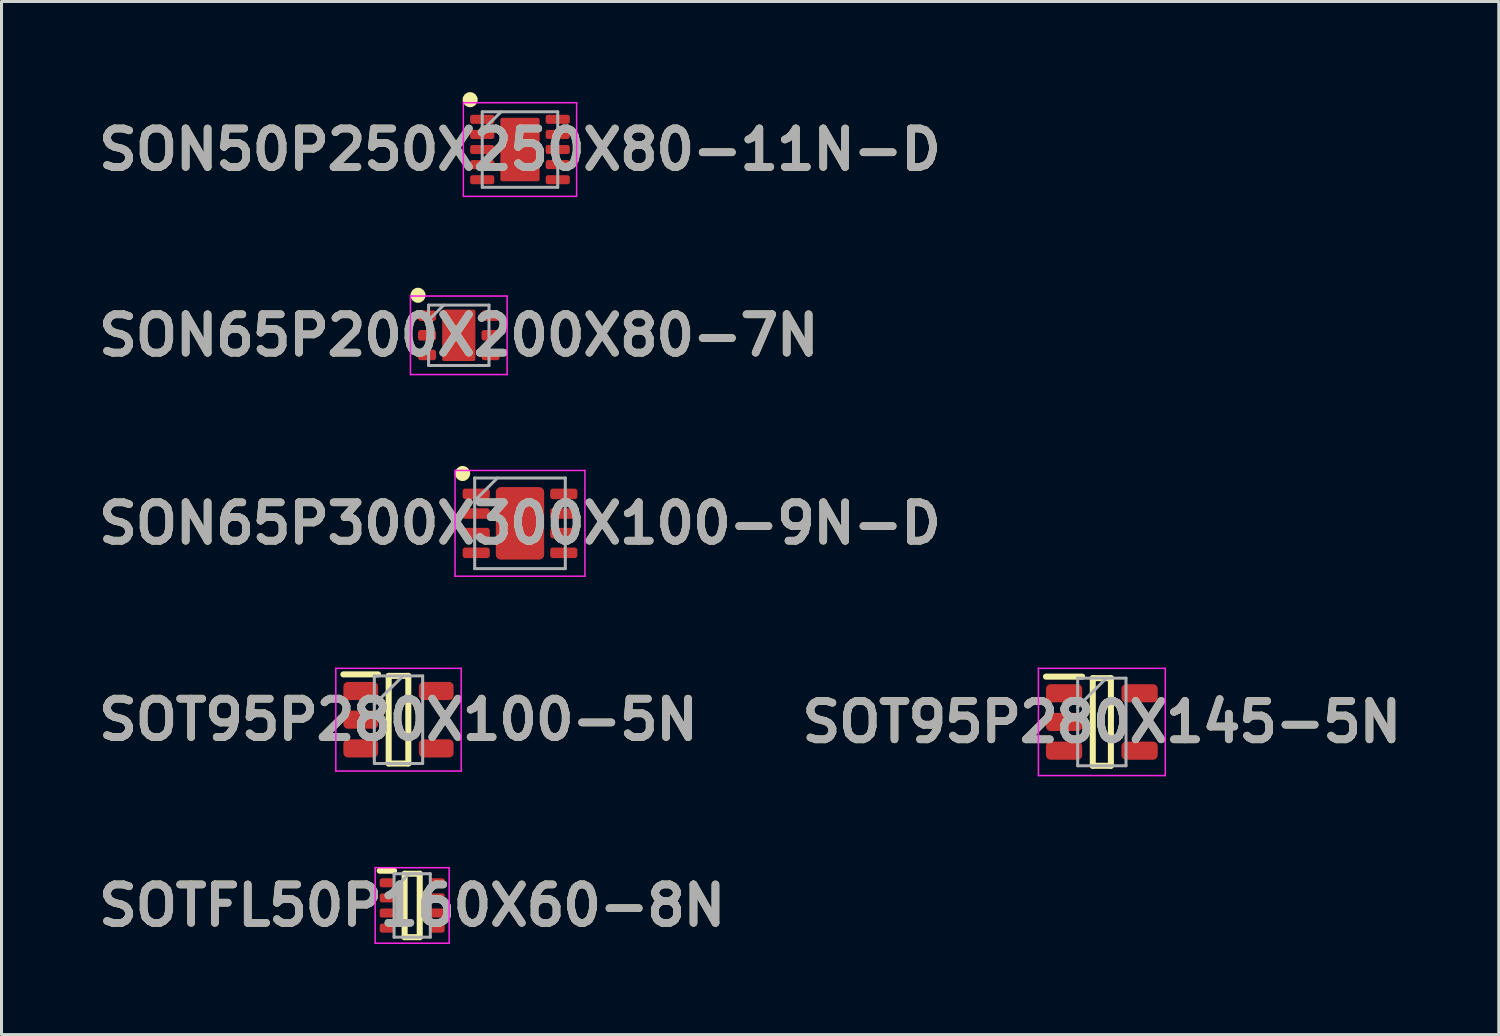
<source format=kicad_pcb>
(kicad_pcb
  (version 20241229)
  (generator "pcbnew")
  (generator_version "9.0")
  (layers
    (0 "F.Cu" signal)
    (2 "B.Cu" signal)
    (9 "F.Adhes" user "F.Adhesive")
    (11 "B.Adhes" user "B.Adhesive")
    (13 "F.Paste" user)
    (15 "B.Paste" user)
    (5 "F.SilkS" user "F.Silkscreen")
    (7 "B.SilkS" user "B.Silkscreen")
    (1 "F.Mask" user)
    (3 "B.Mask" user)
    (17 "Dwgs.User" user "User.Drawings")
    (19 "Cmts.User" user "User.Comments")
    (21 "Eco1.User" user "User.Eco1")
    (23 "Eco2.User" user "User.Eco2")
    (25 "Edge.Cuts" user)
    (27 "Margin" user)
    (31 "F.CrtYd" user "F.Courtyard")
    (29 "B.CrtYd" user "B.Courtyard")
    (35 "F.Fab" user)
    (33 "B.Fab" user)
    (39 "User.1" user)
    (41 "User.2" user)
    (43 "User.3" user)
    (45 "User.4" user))
  (footprint "SOT95P280X145-5N"
    (layer "F.Cu")
    (at 33.426 20.85)
    (property "Reference" "SOT95P280X145-5N" (at 0 0 0) (layer "F.SilkS") (effects (font (size 1.27 1.27) (thickness 0.254))))
    (attr smd)
    (fp_line (start -1.85 -1.5) (end -0.65 -1.5) (stroke (width 0.2) (type solid)) (layer "F.SilkS"))
    (fp_line (start -0.3 -1.45) (end 0.3 -1.45) (stroke (width 0.2) (type solid)) (layer "F.SilkS"))
    (fp_line (start -0.3 1.45) (end -0.3 -1.45) (stroke (width 0.2) (type solid)) (layer "F.SilkS"))
    (fp_line (start 0.3 -1.45) (end 0.3 1.45) (stroke (width 0.2) (type solid)) (layer "F.SilkS"))
    (fp_line (start 0.3 1.45) (end -0.3 1.45) (stroke (width 0.2) (type solid)) (layer "F.SilkS"))
    (fp_line (start -2.1 -1.775) (end 2.1 -1.775) (stroke (width 0.05) (type solid)) (layer "F.CrtYd"))
    (fp_line (start -2.1 1.775) (end -2.1 -1.775) (stroke (width 0.05) (type solid)) (layer "F.CrtYd"))
    (fp_line (start 2.1 -1.775) (end 2.1 1.775) (stroke (width 0.05) (type solid)) (layer "F.CrtYd"))
    (fp_line (start 2.1 1.775) (end -2.1 1.775) (stroke (width 0.05) (type solid)) (layer "F.CrtYd"))
    (fp_line (start -0.8 -1.45) (end 0.8 -1.45) (stroke (width 0.1) (type solid)) (layer "F.Fab"))
    (fp_line (start -0.8 -0.5) (end 0.15 -1.45) (stroke (width 0.1) (type solid)) (layer "F.Fab"))
    (fp_line (start -0.8 1.45) (end -0.8 -1.45) (stroke (width 0.1) (type solid)) (layer "F.Fab"))
    (fp_line (start 0.8 -1.45) (end 0.8 1.45) (stroke (width 0.1) (type solid)) (layer "F.Fab"))
    (fp_line (start 0.8 1.45) (end -0.8 1.45) (stroke (width 0.1) (type solid)) (layer "F.Fab"))
    (fp_text user "${REFERENCE}" (at 0 0 0) (layer "F.Fab") (effects (font (size 1.27 1.27) (thickness 0.254))))
    (pad "1" smd roundrect (at -1.25 -0.95 90) (size 0.6 1.2) (layers "F.Cu" "F.Mask" "F.Paste") (roundrect_rratio 0.25))
    (pad "2" smd roundrect (at -1.25 0 90) (size 0.6 1.2) (layers "F.Cu" "F.Mask" "F.Paste") (roundrect_rratio 0.25))
    (pad "3" smd roundrect (at -1.25 0.95 90) (size 0.6 1.2) (layers "F.Cu" "F.Mask" "F.Paste") (roundrect_rratio 0.25))
    (pad "4" smd roundrect (at 1.25 0.95 90) (size 0.6 1.2) (layers "F.Cu" "F.Mask" "F.Paste") (roundrect_rratio 0.25))
    (pad "5" smd roundrect (at 1.25 -0.95 90) (size 0.6 1.2) (layers "F.Cu" "F.Mask" "F.Paste") (roundrect_rratio 0.25)))
  (footprint "SOT95P280X100-5N"
    (layer "F.Cu")
    (at 10.142 20.775)
    (property "Reference" "SOT95P280X100-5N" (at 0 0 0) (layer "F.SilkS") (effects (font (size 1.27 1.27) (thickness 0.254))))
    (attr smd)
    (fp_line (start -1.825 -1.5) (end -0.675 -1.5) (stroke (width 0.2) (type solid)) (layer "F.SilkS"))
    (fp_line (start -0.325 -1.45) (end 0.325 -1.45) (stroke (width 0.2) (type solid)) (layer "F.SilkS"))
    (fp_line (start -0.325 1.45) (end -0.325 -1.45) (stroke (width 0.2) (type solid)) (layer "F.SilkS"))
    (fp_line (start 0.325 -1.45) (end 0.325 1.45) (stroke (width 0.2) (type solid)) (layer "F.SilkS"))
    (fp_line (start 0.325 1.45) (end -0.325 1.45) (stroke (width 0.2) (type solid)) (layer "F.SilkS"))
    (fp_line (start -2.075 -1.7) (end 2.075 -1.7) (stroke (width 0.05) (type solid)) (layer "F.CrtYd"))
    (fp_line (start -2.075 1.7) (end -2.075 -1.7) (stroke (width 0.05) (type solid)) (layer "F.CrtYd"))
    (fp_line (start 2.075 -1.7) (end 2.075 1.7) (stroke (width 0.05) (type solid)) (layer "F.CrtYd"))
    (fp_line (start 2.075 1.7) (end -2.075 1.7) (stroke (width 0.05) (type solid)) (layer "F.CrtYd"))
    (fp_line (start -0.8 -1.45) (end 0.8 -1.45) (stroke (width 0.1) (type solid)) (layer "F.Fab"))
    (fp_line (start -0.8 -0.5) (end 0.15 -1.45) (stroke (width 0.1) (type solid)) (layer "F.Fab"))
    (fp_line (start -0.8 1.45) (end -0.8 -1.45) (stroke (width 0.1) (type solid)) (layer "F.Fab"))
    (fp_line (start 0.8 -1.45) (end 0.8 1.45) (stroke (width 0.1) (type solid)) (layer "F.Fab"))
    (fp_line (start 0.8 1.45) (end -0.8 1.45) (stroke (width 0.1) (type solid)) (layer "F.Fab"))
    (fp_text user "${REFERENCE}" (at 0 0 0) (layer "F.Fab") (effects (font (size 1.27 1.27) (thickness 0.254))))
    (pad "1" smd roundrect (at -1.25 -0.95 90) (size 0.6 1.15) (layers "F.Cu" "F.Mask" "F.Paste") (roundrect_rratio 0.25))
    (pad "2" smd roundrect (at -1.25 0 90) (size 0.6 1.15) (layers "F.Cu" "F.Mask" "F.Paste") (roundrect_rratio 0.25))
    (pad "3" smd roundrect (at -1.25 0.95 90) (size 0.6 1.15) (layers "F.Cu" "F.Mask" "F.Paste") (roundrect_rratio 0.25))
    (pad "4" smd roundrect (at 1.25 0.95 90) (size 0.6 1.15) (layers "F.Cu" "F.Mask" "F.Paste") (roundrect_rratio 0.25))
    (pad "5" smd roundrect (at 1.25 -0.95 90) (size 0.6 1.15) (layers "F.Cu" "F.Mask" "F.Paste") (roundrect_rratio 0.25)))
  (footprint "SON65P300X300X100-9N-D"
    (layer "F.Cu")
    (at 14.164 14.275)
    (property "Reference" "SON65P300X300X100-9N-D" (at 0 0 0) (layer "F.SilkS") (effects (font (size 1.27 1.27) (thickness 0.254))))
    (attr smd)
    (fp_circle (center -1.9 -1.65) (end -1.9 -1.525) (stroke (width 0.25) (type solid)) (fill no) (layer "F.SilkS"))
    (fp_line (start -2.15 -1.75) (end 2.15 -1.75) (stroke (width 0.05) (type solid)) (layer "F.CrtYd"))
    (fp_line (start -2.15 1.75) (end -2.15 -1.75) (stroke (width 0.05) (type solid)) (layer "F.CrtYd"))
    (fp_line (start 2.15 -1.75) (end 2.15 1.75) (stroke (width 0.05) (type solid)) (layer "F.CrtYd"))
    (fp_line (start 2.15 1.75) (end -2.15 1.75) (stroke (width 0.05) (type solid)) (layer "F.CrtYd"))
    (fp_line (start -1.5 -1.5) (end 1.5 -1.5) (stroke (width 0.1) (type solid)) (layer "F.Fab"))
    (fp_line (start -1.5 -0.75) (end -0.75 -1.5) (stroke (width 0.1) (type solid)) (layer "F.Fab"))
    (fp_line (start -1.5 1.5) (end -1.5 -1.5) (stroke (width 0.1) (type solid)) (layer "F.Fab"))
    (fp_line (start 1.5 -1.5) (end 1.5 1.5) (stroke (width 0.1) (type solid)) (layer "F.Fab"))
    (fp_line (start 1.5 1.5) (end -1.5 1.5) (stroke (width 0.1) (type solid)) (layer "F.Fab"))
    (fp_text user "${REFERENCE}" (at 0 0 0) (layer "F.Fab") (effects (font (size 1.27 1.27) (thickness 0.254))))
    (pad "1" smd roundrect (at -1.45 -0.975 90) (size 0.35 0.9) (layers "F.Cu" "F.Mask" "F.Paste") (roundrect_rratio 0.25))
    (pad "2" smd roundrect (at -1.45 -0.325 90) (size 0.35 0.9) (layers "F.Cu" "F.Mask" "F.Paste") (roundrect_rratio 0.25))
    (pad "3" smd roundrect (at -1.45 0.325 90) (size 0.35 0.9) (layers "F.Cu" "F.Mask" "F.Paste") (roundrect_rratio 0.25))
    (pad "4" smd roundrect (at -1.45 0.975 90) (size 0.35 0.9) (layers "F.Cu" "F.Mask" "F.Paste") (roundrect_rratio 0.25))
    (pad "5" smd roundrect (at 1.45 0.975 90) (size 0.35 0.9) (layers "F.Cu" "F.Mask" "F.Paste") (roundrect_rratio 0.25))
    (pad "6" smd roundrect (at 1.45 0.325 90) (size 0.35 0.9) (layers "F.Cu" "F.Mask" "F.Paste") (roundrect_rratio 0.25))
    (pad "7" smd roundrect (at 1.45 -0.325 90) (size 0.35 0.9) (layers "F.Cu" "F.Mask" "F.Paste") (roundrect_rratio 0.25))
    (pad "8" smd roundrect (at 1.45 -0.975 90) (size 0.35 0.9) (layers "F.Cu" "F.Mask" "F.Paste") (roundrect_rratio 0.25))
    (pad "9" smd roundrect (at 0 0) (size 1.6 2.4) (layers "F.Cu" "F.Mask" "F.Paste") (roundrect_rratio 0.1)))
  (footprint "SOTFL50P160X60-8N"
    (layer "F.Cu")
    (at 10.595 26.925)
    (property "Reference" "SOTFL50P160X60-8N" (at 0 0 0) (layer "F.SilkS") (effects (font (size 1.27 1.27) (thickness 0.254))))
    (attr smd)
    (fp_line (start -1.075 -1.15) (end -0.6 -1.15) (stroke (width 0.2) (type solid)) (layer "F.SilkS"))
    (fp_line (start -0.25 -1.05) (end 0.25 -1.05) (stroke (width 0.2) (type solid)) (layer "F.SilkS"))
    (fp_line (start -0.25 1.05) (end -0.25 -1.05) (stroke (width 0.2) (type solid)) (layer "F.SilkS"))
    (fp_line (start 0.25 -1.05) (end 0.25 1.05) (stroke (width 0.2) (type solid)) (layer "F.SilkS"))
    (fp_line (start 0.25 1.05) (end -0.25 1.05) (stroke (width 0.2) (type solid)) (layer "F.SilkS"))
    (fp_line (start -1.225 -1.25) (end 1.225 -1.25) (stroke (width 0.05) (type solid)) (layer "F.CrtYd"))
    (fp_line (start -1.225 1.25) (end -1.225 -1.25) (stroke (width 0.05) (type solid)) (layer "F.CrtYd"))
    (fp_line (start 1.225 -1.25) (end 1.225 1.25) (stroke (width 0.05) (type solid)) (layer "F.CrtYd"))
    (fp_line (start 1.225 1.25) (end -1.225 1.25) (stroke (width 0.05) (type solid)) (layer "F.CrtYd"))
    (fp_line (start -0.6 -1.05) (end 0.6 -1.05) (stroke (width 0.1) (type solid)) (layer "F.Fab"))
    (fp_line (start -0.6 -0.55) (end -0.1 -1.05) (stroke (width 0.1) (type solid)) (layer "F.Fab"))
    (fp_line (start -0.6 1.05) (end -0.6 -1.05) (stroke (width 0.1) (type solid)) (layer "F.Fab"))
    (fp_line (start 0.6 -1.05) (end 0.6 1.05) (stroke (width 0.1) (type solid)) (layer "F.Fab"))
    (fp_line (start 0.6 1.05) (end -0.6 1.05) (stroke (width 0.1) (type solid)) (layer "F.Fab"))
    (fp_text user "${REFERENCE}" (at 0 0 0) (layer "F.Fab") (effects (font (size 1.27 1.27) (thickness 0.254))))
    (pad "1" smd roundrect (at -0.838 -0.75 90) (size 0.3 0.475) (layers "F.Cu" "F.Mask" "F.Paste") (roundrect_rratio 0.25))
    (pad "2" smd roundrect (at -0.838 -0.25 90) (size 0.3 0.475) (layers "F.Cu" "F.Mask" "F.Paste") (roundrect_rratio 0.25))
    (pad "3" smd roundrect (at -0.838 0.25 90) (size 0.3 0.475) (layers "F.Cu" "F.Mask" "F.Paste") (roundrect_rratio 0.25))
    (pad "4" smd roundrect (at -0.838 0.75 90) (size 0.3 0.475) (layers "F.Cu" "F.Mask" "F.Paste") (roundrect_rratio 0.25))
    (pad "5" smd roundrect (at 0.838 0.75 90) (size 0.3 0.475) (layers "F.Cu" "F.Mask" "F.Paste") (roundrect_rratio 0.25))
    (pad "6" smd roundrect (at 0.838 0.25 90) (size 0.3 0.475) (layers "F.Cu" "F.Mask" "F.Paste") (roundrect_rratio 0.25))
    (pad "7" smd roundrect (at 0.838 -0.25 90) (size 0.3 0.475) (layers "F.Cu" "F.Mask" "F.Paste") (roundrect_rratio 0.25))
    (pad "8" smd roundrect (at 0.838 -0.75 90) (size 0.3 0.475) (layers "F.Cu" "F.Mask" "F.Paste") (roundrect_rratio 0.25)))
  (footprint "SON65P200X200X80-7N"
    (layer "F.Cu")
    (at 12.138 8.05)
    (property "Reference" "SON65P200X200X80-7N" (at 0 0 0) (layer "F.SilkS") (effects (font (size 1.27 1.27) (thickness 0.254))))
    (attr smd)
    (fp_circle (center -1.35 -1.325) (end -1.35 -1.2) (stroke (width 0.25) (type solid)) (fill no) (layer "F.SilkS"))
    (fp_line (start -1.6 -1.3) (end 1.6 -1.3) (stroke (width 0.05) (type solid)) (layer "F.CrtYd"))
    (fp_line (start -1.6 1.3) (end -1.6 -1.3) (stroke (width 0.05) (type solid)) (layer "F.CrtYd"))
    (fp_line (start 1.6 -1.3) (end 1.6 1.3) (stroke (width 0.05) (type solid)) (layer "F.CrtYd"))
    (fp_line (start 1.6 1.3) (end -1.6 1.3) (stroke (width 0.05) (type solid)) (layer "F.CrtYd"))
    (fp_line (start -1 -1) (end 1 -1) (stroke (width 0.1) (type solid)) (layer "F.Fab"))
    (fp_line (start -1 -0.5) (end -0.5 -1) (stroke (width 0.1) (type solid)) (layer "F.Fab"))
    (fp_line (start -1 1) (end -1 -1) (stroke (width 0.1) (type solid)) (layer "F.Fab"))
    (fp_line (start 1 -1) (end 1 1) (stroke (width 0.1) (type solid)) (layer "F.Fab"))
    (fp_line (start 1 1) (end -1 1) (stroke (width 0.1) (type solid)) (layer "F.Fab"))
    (fp_text user "${REFERENCE}" (at 0 0 0) (layer "F.Fab") (effects (font (size 1.27 1.27) (thickness 0.254))))
    (pad "1" smd roundrect (at -1.05 -0.65 90) (size 0.35 0.6) (layers "F.Cu" "F.Mask" "F.Paste") (roundrect_rratio 0.25))
    (pad "2" smd roundrect (at -1.05 0 90) (size 0.35 0.6) (layers "F.Cu" "F.Mask" "F.Paste") (roundrect_rratio 0.25))
    (pad "3" smd roundrect (at -1.05 0.65 90) (size 0.35 0.6) (layers "F.Cu" "F.Mask" "F.Paste") (roundrect_rratio 0.25))
    (pad "4" smd roundrect (at 1.05 0.65 90) (size 0.35 0.6) (layers "F.Cu" "F.Mask" "F.Paste") (roundrect_rratio 0.25))
    (pad "5" smd roundrect (at 1.05 0 90) (size 0.35 0.6) (layers "F.Cu" "F.Mask" "F.Paste") (roundrect_rratio 0.25))
    (pad "6" smd roundrect (at 1.05 -0.65 90) (size 0.35 0.6) (layers "F.Cu" "F.Mask" "F.Paste") (roundrect_rratio 0.25))
    (pad "7" smd roundrect (at 0 0) (size 1.1 1.7) (layers "F.Cu" "F.Mask" "F.Paste") (roundrect_rratio 0.05)))
  (footprint "SON50P250X250X80-11N-D"
    (layer "F.Cu")
    (at 14.164 1.9)
    (property "Reference" "SON50P250X250X80-11N-D" (at 0 0 0) (layer "F.SilkS") (effects (font (size 1.27 1.27) (thickness 0.254))))
    (attr smd)
    (fp_circle (center -1.65 -1.65) (end -1.65 -1.525) (stroke (width 0.25) (type solid)) (fill no) (layer "F.SilkS"))
    (fp_line (start -1.875 -1.55) (end 1.875 -1.55) (stroke (width 0.05) (type solid)) (layer "F.CrtYd"))
    (fp_line (start -1.875 1.55) (end -1.875 -1.55) (stroke (width 0.05) (type solid)) (layer "F.CrtYd"))
    (fp_line (start 1.875 -1.55) (end 1.875 1.55) (stroke (width 0.05) (type solid)) (layer "F.CrtYd"))
    (fp_line (start 1.875 1.55) (end -1.875 1.55) (stroke (width 0.05) (type solid)) (layer "F.CrtYd"))
    (fp_line (start -1.25 -1.25) (end 1.25 -1.25) (stroke (width 0.1) (type solid)) (layer "F.Fab"))
    (fp_line (start -1.25 -0.625) (end -0.625 -1.25) (stroke (width 0.1) (type solid)) (layer "F.Fab"))
    (fp_line (start -1.25 1.25) (end -1.25 -1.25) (stroke (width 0.1) (type solid)) (layer "F.Fab"))
    (fp_line (start 1.25 -1.25) (end 1.25 1.25) (stroke (width 0.1) (type solid)) (layer "F.Fab"))
    (fp_line (start 1.25 1.25) (end -1.25 1.25) (stroke (width 0.1) (type solid)) (layer "F.Fab"))
    (fp_text user "${REFERENCE}" (at 0 0 0) (layer "F.Fab") (effects (font (size 1.27 1.27) (thickness 0.254))))
    (pad "1" smd roundrect (at -1.25 -1 90) (size 0.3 0.8) (layers "F.Cu" "F.Mask" "F.Paste") (roundrect_rratio 0.25))
    (pad "2" smd roundrect (at -1.25 -0.5 90) (size 0.3 0.8) (layers "F.Cu" "F.Mask" "F.Paste") (roundrect_rratio 0.25))
    (pad "3" smd roundrect (at -1.25 0 90) (size 0.3 0.8) (layers "F.Cu" "F.Mask" "F.Paste") (roundrect_rratio 0.25))
    (pad "4" smd roundrect (at -1.25 0.5 90) (size 0.3 0.8) (layers "F.Cu" "F.Mask" "F.Paste") (roundrect_rratio 0.25))
    (pad "5" smd roundrect (at -1.25 1 90) (size 0.3 0.8) (layers "F.Cu" "F.Mask" "F.Paste") (roundrect_rratio 0.25))
    (pad "6" smd roundrect (at 1.25 1 90) (size 0.3 0.8) (layers "F.Cu" "F.Mask" "F.Paste") (roundrect_rratio 0.25))
    (pad "7" smd roundrect (at 1.25 0.5 90) (size 0.3 0.8) (layers "F.Cu" "F.Mask" "F.Paste") (roundrect_rratio 0.25))
    (pad "8" smd roundrect (at 1.25 0 90) (size 0.3 0.8) (layers "F.Cu" "F.Mask" "F.Paste") (roundrect_rratio 0.25))
    (pad "9" smd roundrect (at 1.25 -0.5 90) (size 0.3 0.8) (layers "F.Cu" "F.Mask" "F.Paste") (roundrect_rratio 0.25))
    (pad "10" smd roundrect (at 1.25 -1 90) (size 0.3 0.8) (layers "F.Cu" "F.Mask" "F.Paste") (roundrect_rratio 0.25))
    (pad "11" smd roundrect (at 0 0) (size 1.3 2.1) (layers "F.Cu" "F.Mask" "F.Paste") (roundrect_rratio 0.05)))
  (gr_rect
    (start -3 -3)
    (end 46.567 31.2)
    (stroke (width 0.1) (type default))
    (fill no)
    (layer "Edge.Cuts")))
</source>
